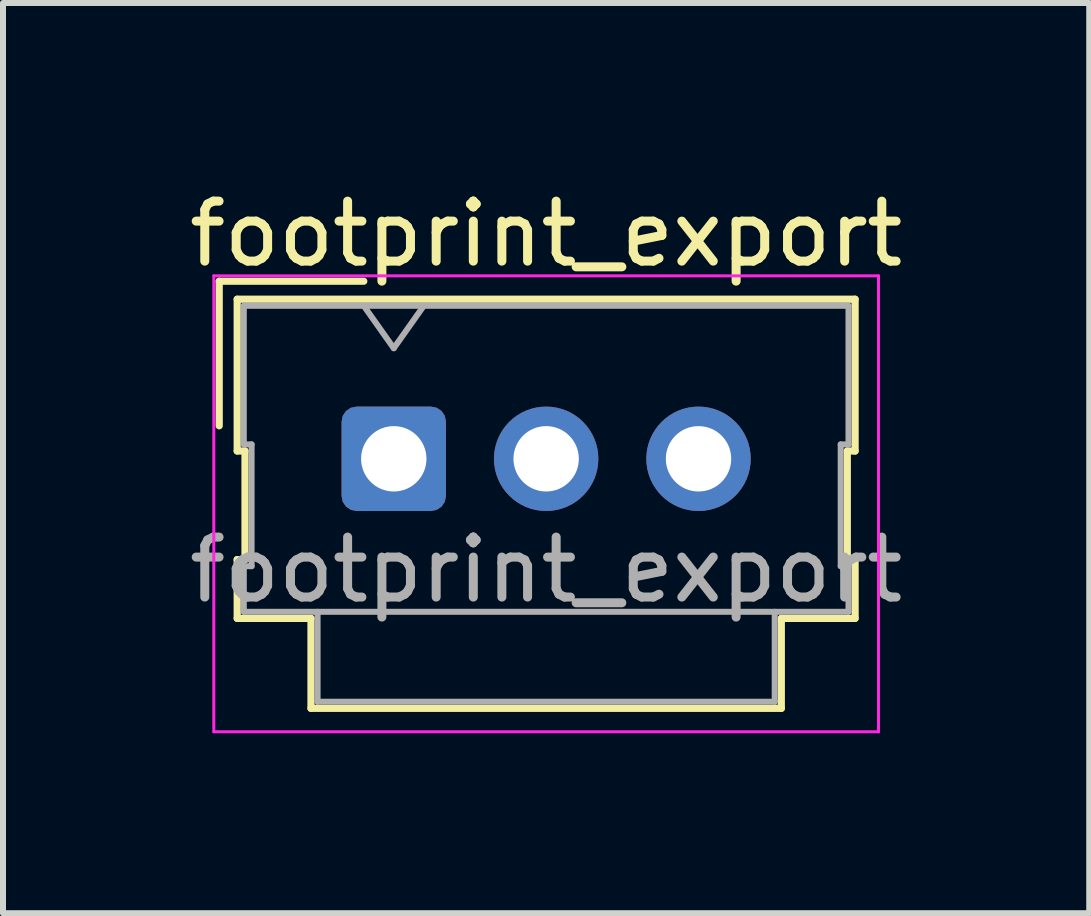
<source format=kicad_pcb>
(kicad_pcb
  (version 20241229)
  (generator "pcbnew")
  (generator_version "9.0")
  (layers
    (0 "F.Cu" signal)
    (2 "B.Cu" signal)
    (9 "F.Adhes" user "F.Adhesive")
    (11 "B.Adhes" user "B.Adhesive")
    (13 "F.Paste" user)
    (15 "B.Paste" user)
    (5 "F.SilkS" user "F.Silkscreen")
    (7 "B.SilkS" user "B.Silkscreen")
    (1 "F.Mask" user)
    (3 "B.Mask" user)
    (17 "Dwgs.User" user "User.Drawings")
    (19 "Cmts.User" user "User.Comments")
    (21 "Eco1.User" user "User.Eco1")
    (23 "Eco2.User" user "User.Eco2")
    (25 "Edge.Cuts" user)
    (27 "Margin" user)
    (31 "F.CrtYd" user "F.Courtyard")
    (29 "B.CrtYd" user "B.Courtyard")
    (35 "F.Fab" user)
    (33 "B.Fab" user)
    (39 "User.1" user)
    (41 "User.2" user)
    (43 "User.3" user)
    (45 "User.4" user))
  (footprint "footprint_export"
    (layer "F.Cu")
    (at 3.514 4.598)
    (property "Reference" "footprint_export" (at 2.54 -3.75 0) (layer "F.SilkS") (effects (font (size 1 1) (thickness 0.15))))
    (attr through_hole)
    (fp_line (start -2.91 -2.96) (end -0.5 -2.96) (stroke (width 0.12) (type solid)) (layer "F.SilkS"))
    (fp_line (start -2.91 -0.55) (end -2.91 -2.96) (stroke (width 0.12) (type solid)) (layer "F.SilkS"))
    (fp_line (start -2.61 -2.66) (end -2.61 -0.13) (stroke (width 0.12) (type solid)) (layer "F.SilkS"))
    (fp_line (start -2.61 -0.13) (end -2.48 -0.13) (stroke (width 0.12) (type solid)) (layer "F.SilkS"))
    (fp_line (start -2.61 1.68) (end -2.61 2.66) (stroke (width 0.12) (type solid)) (layer "F.SilkS"))
    (fp_line (start -2.61 2.66) (end -1.38 2.66) (stroke (width 0.12) (type solid)) (layer "F.SilkS"))
    (fp_line (start -2.48 -0.13) (end -2.48 1.68) (stroke (width 0.12) (type solid)) (layer "F.SilkS"))
    (fp_line (start -2.48 1.68) (end -2.61 1.68) (stroke (width 0.12) (type solid)) (layer "F.SilkS"))
    (fp_line (start -1.38 2.66) (end -1.38 4.16) (stroke (width 0.12) (type solid)) (layer "F.SilkS"))
    (fp_line (start -1.38 4.16) (end 6.46 4.16) (stroke (width 0.12) (type solid)) (layer "F.SilkS"))
    (fp_line (start 6.46 2.66) (end 7.69 2.66) (stroke (width 0.12) (type solid)) (layer "F.SilkS"))
    (fp_line (start 6.46 4.16) (end 6.46 2.66) (stroke (width 0.12) (type solid)) (layer "F.SilkS"))
    (fp_line (start 7.56 -0.13) (end 7.69 -0.13) (stroke (width 0.12) (type solid)) (layer "F.SilkS"))
    (fp_line (start 7.56 1.68) (end 7.56 -0.13) (stroke (width 0.12) (type solid)) (layer "F.SilkS"))
    (fp_line (start 7.69 -2.66) (end -2.61 -2.66) (stroke (width 0.12) (type solid)) (layer "F.SilkS"))
    (fp_line (start 7.69 -0.13) (end 7.69 -2.66) (stroke (width 0.12) (type solid)) (layer "F.SilkS"))
    (fp_line (start 7.69 1.68) (end 7.56 1.68) (stroke (width 0.12) (type solid)) (layer "F.SilkS"))
    (fp_line (start 7.69 2.66) (end 7.69 1.68) (stroke (width 0.12) (type solid)) (layer "F.SilkS"))
    (fp_line (start -3 -3.05) (end -3 4.55) (stroke (width 0.05) (type solid)) (layer "F.CrtYd"))
    (fp_line (start -3 4.55) (end 8.08 4.55) (stroke (width 0.05) (type solid)) (layer "F.CrtYd"))
    (fp_line (start 8.08 -3.05) (end -3 -3.05) (stroke (width 0.05) (type solid)) (layer "F.CrtYd"))
    (fp_line (start 8.08 4.55) (end 8.08 -3.05) (stroke (width 0.05) (type solid)) (layer "F.CrtYd"))
    (fp_line (start -2.5 -2.55) (end -2.5 -0.24) (stroke (width 0.1) (type solid)) (layer "F.Fab"))
    (fp_line (start -2.5 -0.24) (end -2.37 -0.24) (stroke (width 0.1) (type solid)) (layer "F.Fab"))
    (fp_line (start -2.5 1.79) (end -2.5 2.55) (stroke (width 0.1) (type solid)) (layer "F.Fab"))
    (fp_line (start -2.5 2.55) (end 7.58 2.55) (stroke (width 0.1) (type solid)) (layer "F.Fab"))
    (fp_line (start -2.37 -0.24) (end -2.37 1.79) (stroke (width 0.1) (type solid)) (layer "F.Fab"))
    (fp_line (start -2.37 1.79) (end -2.5 1.79) (stroke (width 0.1) (type solid)) (layer "F.Fab"))
    (fp_line (start -1.27 2.55) (end -1.27 4.05) (stroke (width 0.1) (type solid)) (layer "F.Fab"))
    (fp_line (start -1.27 4.05) (end 6.35 4.05) (stroke (width 0.1) (type solid)) (layer "F.Fab"))
    (fp_line (start 0 -1.843) (end -0.5 -2.55) (stroke (width 0.1) (type solid)) (layer "F.Fab"))
    (fp_line (start 0.5 -2.55) (end 0 -1.843) (stroke (width 0.1) (type solid)) (layer "F.Fab"))
    (fp_line (start 6.35 4.05) (end 6.35 2.55) (stroke (width 0.1) (type solid)) (layer "F.Fab"))
    (fp_line (start 7.45 -0.24) (end 7.58 -0.24) (stroke (width 0.1) (type solid)) (layer "F.Fab"))
    (fp_line (start 7.45 1.79) (end 7.45 -0.24) (stroke (width 0.1) (type solid)) (layer "F.Fab"))
    (fp_line (start 7.58 -2.55) (end -2.5 -2.55) (stroke (width 0.1) (type solid)) (layer "F.Fab"))
    (fp_line (start 7.58 -0.24) (end 7.58 -2.55) (stroke (width 0.1) (type solid)) (layer "F.Fab"))
    (fp_line (start 7.58 1.79) (end 7.45 1.79) (stroke (width 0.1) (type solid)) (layer "F.Fab"))
    (fp_line (start 7.58 2.55) (end 7.58 1.79) (stroke (width 0.1) (type solid)) (layer "F.Fab"))
    (fp_text user "${REFERENCE}" (at 2.54 1.85 0) (layer "F.Fab") (effects (font (size 1 1) (thickness 0.15))))
    (pad "1" thru_hole roundrect (at 0 0) (size 1.74 1.74) (drill 1.09) (layers "*.Cu" "*.Mask") (roundrect_rratio 0.144))
    (pad "2" thru_hole circle (at 2.54 0) (size 1.74 1.74) (drill 1.09) (layers "*.Cu" "*.Mask"))
    (pad "3" thru_hole circle (at 5.08 0) (size 1.74 1.74) (drill 1.09) (layers "*.Cu" "*.Mask")))
  (gr_rect
    (start -3 -3)
    (end 15.107 12.173)
    (stroke (width 0.1) (type default))
    (fill no)
    (layer "Edge.Cuts")))
</source>
